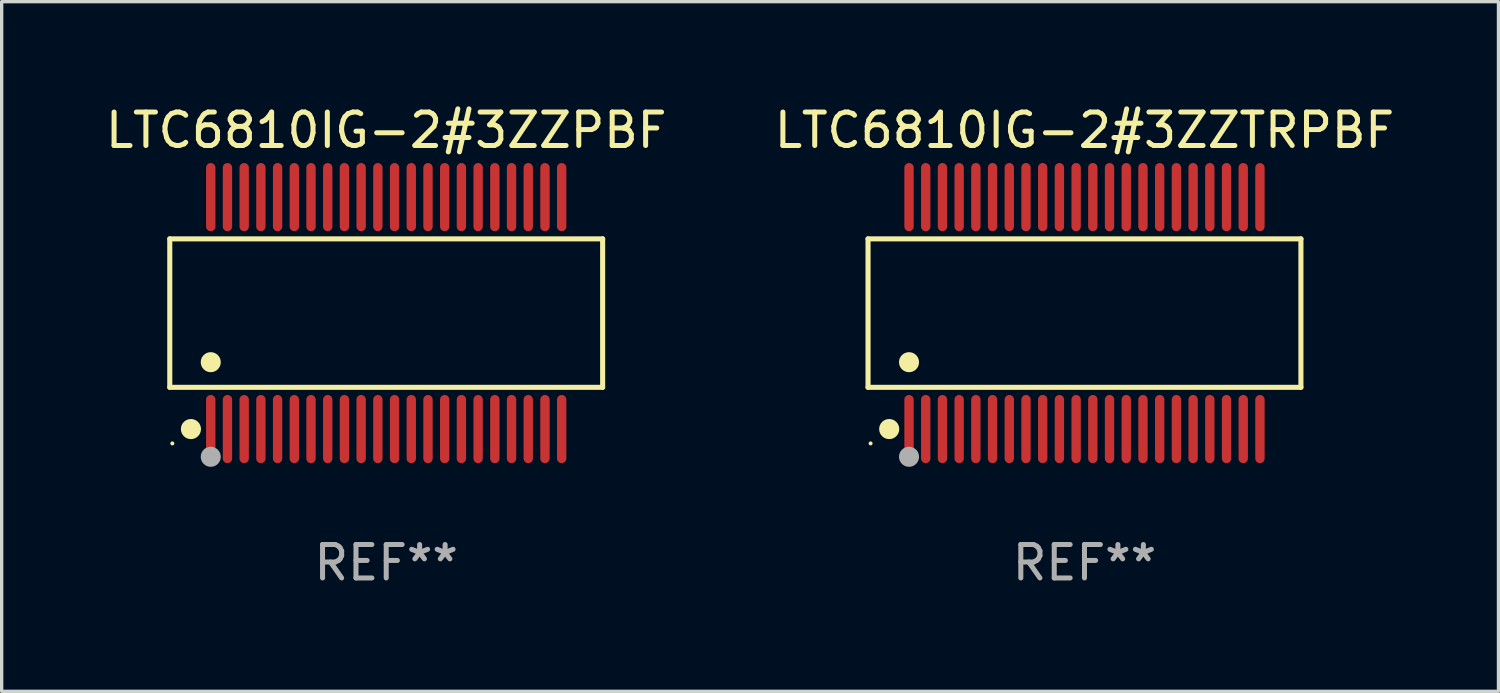
<source format=kicad_pcb>
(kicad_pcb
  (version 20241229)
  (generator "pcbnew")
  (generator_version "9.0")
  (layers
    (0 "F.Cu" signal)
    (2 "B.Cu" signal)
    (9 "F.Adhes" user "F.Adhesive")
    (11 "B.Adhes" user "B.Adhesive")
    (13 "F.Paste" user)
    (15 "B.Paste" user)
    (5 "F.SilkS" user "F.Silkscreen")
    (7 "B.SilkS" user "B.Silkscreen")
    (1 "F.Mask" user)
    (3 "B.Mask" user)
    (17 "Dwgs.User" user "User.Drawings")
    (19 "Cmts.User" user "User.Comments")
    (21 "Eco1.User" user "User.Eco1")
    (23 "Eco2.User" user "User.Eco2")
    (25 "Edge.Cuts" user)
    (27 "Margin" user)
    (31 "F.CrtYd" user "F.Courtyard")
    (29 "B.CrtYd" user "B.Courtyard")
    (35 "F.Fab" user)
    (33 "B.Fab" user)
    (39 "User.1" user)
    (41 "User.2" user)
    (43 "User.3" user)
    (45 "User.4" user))
  (footprint "LTC6810IG-2#3ZZTRPBF"
    (layer "F.Cu")
    (at 29.399 6.318)
    (property "Reference" "LTC6810IG-2#3ZZTRPBF" (at 0 -5.47 0) (layer "F.SilkS") (effects (font (size 1 1) (thickness 0.15))))
    (attr through_hole)
    (fp_line (start -6.476 -2.221) (end 6.476 -2.221) (stroke (width 0.152) (type solid)) (layer "F.SilkS"))
    (fp_line (start -6.476 2.221) (end -6.476 -2.221) (stroke (width 0.152) (type solid)) (layer "F.SilkS"))
    (fp_line (start 6.476 -2.221) (end 6.476 2.221) (stroke (width 0.152) (type solid)) (layer "F.SilkS"))
    (fp_line (start 6.476 2.221) (end -6.476 2.221) (stroke (width 0.152) (type solid)) (layer "F.SilkS"))
    (fp_circle (center -6.4 3.9) (end -6.37 3.9) (stroke (width 0.06) (type solid)) (fill no) (layer "F.SilkS"))
    (fp_circle (center -5.843 3.47) (end -5.692 3.47) (stroke (width 0.3) (type solid)) (fill no) (layer "F.SilkS"))
    (fp_circle (center -5.25 1.469) (end -5.1 1.469) (stroke (width 0.3) (type solid)) (fill no) (layer "F.SilkS"))
    (fp_circle (center -5.25 4.3) (end -5.1 4.3) (stroke (width 0.3) (type solid)) (fill no) (layer "F.Fab"))
    (fp_text user "REF**" (at 0 7.47 0) (layer "F.Fab") (effects (font (size 1 1) (thickness 0.15))))
    (pad "1" smd oval (at -5.25 3.47) (size 0.28 2.04) (layers "F.Cu" "F.Mask" "F.Paste"))
    (pad "2" smd oval (at -4.75 3.47) (size 0.28 2.04) (layers "F.Cu" "F.Mask" "F.Paste"))
    (pad "3" smd oval (at -4.25 3.47) (size 0.28 2.04) (layers "F.Cu" "F.Mask" "F.Paste"))
    (pad "4" smd oval (at -3.75 3.47) (size 0.28 2.04) (layers "F.Cu" "F.Mask" "F.Paste"))
    (pad "5" smd oval (at -3.25 3.47) (size 0.28 2.04) (layers "F.Cu" "F.Mask" "F.Paste"))
    (pad "6" smd oval (at -2.75 3.47) (size 0.28 2.04) (layers "F.Cu" "F.Mask" "F.Paste"))
    (pad "7" smd oval (at -2.25 3.47) (size 0.28 2.04) (layers "F.Cu" "F.Mask" "F.Paste"))
    (pad "8" smd oval (at -1.75 3.47) (size 0.28 2.04) (layers "F.Cu" "F.Mask" "F.Paste"))
    (pad "9" smd oval (at -1.25 3.47) (size 0.28 2.04) (layers "F.Cu" "F.Mask" "F.Paste"))
    (pad "10" smd oval (at -0.75 3.47) (size 0.28 2.04) (layers "F.Cu" "F.Mask" "F.Paste"))
    (pad "11" smd oval (at -0.25 3.47) (size 0.28 2.04) (layers "F.Cu" "F.Mask" "F.Paste"))
    (pad "12" smd oval (at 0.25 3.47) (size 0.28 2.04) (layers "F.Cu" "F.Mask" "F.Paste"))
    (pad "13" smd oval (at 0.75 3.47) (size 0.28 2.04) (layers "F.Cu" "F.Mask" "F.Paste"))
    (pad "14" smd oval (at 1.25 3.47) (size 0.28 2.04) (layers "F.Cu" "F.Mask" "F.Paste"))
    (pad "15" smd oval (at 1.75 3.47) (size 0.28 2.04) (layers "F.Cu" "F.Mask" "F.Paste"))
    (pad "16" smd oval (at 2.25 3.47) (size 0.28 2.04) (layers "F.Cu" "F.Mask" "F.Paste"))
    (pad "17" smd oval (at 2.75 3.47) (size 0.28 2.04) (layers "F.Cu" "F.Mask" "F.Paste"))
    (pad "18" smd oval (at 3.25 3.47) (size 0.28 2.04) (layers "F.Cu" "F.Mask" "F.Paste"))
    (pad "19" smd oval (at 3.75 3.47) (size 0.28 2.04) (layers "F.Cu" "F.Mask" "F.Paste"))
    (pad "20" smd oval (at 4.25 3.47) (size 0.28 2.04) (layers "F.Cu" "F.Mask" "F.Paste"))
    (pad "21" smd oval (at 4.75 3.47) (size 0.28 2.04) (layers "F.Cu" "F.Mask" "F.Paste"))
    (pad "22" smd oval (at 5.25 3.47) (size 0.28 2.04) (layers "F.Cu" "F.Mask" "F.Paste"))
    (pad "23" smd oval (at 5.25 -3.47) (size 0.28 2.04) (layers "F.Cu" "F.Mask" "F.Paste"))
    (pad "24" smd oval (at 4.75 -3.47) (size 0.28 2.04) (layers "F.Cu" "F.Mask" "F.Paste"))
    (pad "25" smd oval (at 4.25 -3.47) (size 0.28 2.04) (layers "F.Cu" "F.Mask" "F.Paste"))
    (pad "26" smd oval (at 3.75 -3.47) (size 0.28 2.04) (layers "F.Cu" "F.Mask" "F.Paste"))
    (pad "27" smd oval (at 3.25 -3.47) (size 0.28 2.04) (layers "F.Cu" "F.Mask" "F.Paste"))
    (pad "28" smd oval (at 2.75 -3.47) (size 0.28 2.04) (layers "F.Cu" "F.Mask" "F.Paste"))
    (pad "29" smd oval (at 2.25 -3.47) (size 0.28 2.04) (layers "F.Cu" "F.Mask" "F.Paste"))
    (pad "30" smd oval (at 1.75 -3.47) (size 0.28 2.04) (layers "F.Cu" "F.Mask" "F.Paste"))
    (pad "31" smd oval (at 1.25 -3.47) (size 0.28 2.04) (layers "F.Cu" "F.Mask" "F.Paste"))
    (pad "32" smd oval (at 0.75 -3.47) (size 0.28 2.04) (layers "F.Cu" "F.Mask" "F.Paste"))
    (pad "33" smd oval (at 0.25 -3.47) (size 0.28 2.04) (layers "F.Cu" "F.Mask" "F.Paste"))
    (pad "34" smd oval (at -0.25 -3.47) (size 0.28 2.04) (layers "F.Cu" "F.Mask" "F.Paste"))
    (pad "35" smd oval (at -0.75 -3.47) (size 0.28 2.04) (layers "F.Cu" "F.Mask" "F.Paste"))
    (pad "36" smd oval (at -1.25 -3.47) (size 0.28 2.04) (layers "F.Cu" "F.Mask" "F.Paste"))
    (pad "37" smd oval (at -1.75 -3.47) (size 0.28 2.04) (layers "F.Cu" "F.Mask" "F.Paste"))
    (pad "38" smd oval (at -2.25 -3.47) (size 0.28 2.04) (layers "F.Cu" "F.Mask" "F.Paste"))
    (pad "39" smd oval (at -2.75 -3.47) (size 0.28 2.04) (layers "F.Cu" "F.Mask" "F.Paste"))
    (pad "40" smd oval (at -3.25 -3.47) (size 0.28 2.04) (layers "F.Cu" "F.Mask" "F.Paste"))
    (pad "41" smd oval (at -3.75 -3.47) (size 0.28 2.04) (layers "F.Cu" "F.Mask" "F.Paste"))
    (pad "42" smd oval (at -4.25 -3.47) (size 0.28 2.04) (layers "F.Cu" "F.Mask" "F.Paste"))
    (pad "43" smd oval (at -4.75 -3.47) (size 0.28 2.04) (layers "F.Cu" "F.Mask" "F.Paste"))
    (pad "44" smd oval (at -5.25 -3.47) (size 0.28 2.04) (layers "F.Cu" "F.Mask" "F.Paste")))
  (footprint "LTC6810IG-2#3ZZPBF"
    (layer "F.Cu")
    (at 8.506 6.318)
    (property "Reference" "LTC6810IG-2#3ZZPBF" (at 0 -5.47 0) (layer "F.SilkS") (effects (font (size 1 1) (thickness 0.15))))
    (attr through_hole)
    (fp_line (start -6.476 -2.221) (end 6.476 -2.221) (stroke (width 0.152) (type solid)) (layer "F.SilkS"))
    (fp_line (start -6.476 2.221) (end -6.476 -2.221) (stroke (width 0.152) (type solid)) (layer "F.SilkS"))
    (fp_line (start 6.476 -2.221) (end 6.476 2.221) (stroke (width 0.152) (type solid)) (layer "F.SilkS"))
    (fp_line (start 6.476 2.221) (end -6.476 2.221) (stroke (width 0.152) (type solid)) (layer "F.SilkS"))
    (fp_circle (center -6.4 3.9) (end -6.37 3.9) (stroke (width 0.06) (type solid)) (fill no) (layer "F.SilkS"))
    (fp_circle (center -5.843 3.47) (end -5.692 3.47) (stroke (width 0.3) (type solid)) (fill no) (layer "F.SilkS"))
    (fp_circle (center -5.25 1.469) (end -5.1 1.469) (stroke (width 0.3) (type solid)) (fill no) (layer "F.SilkS"))
    (fp_circle (center -5.25 4.3) (end -5.1 4.3) (stroke (width 0.3) (type solid)) (fill no) (layer "F.Fab"))
    (fp_text user "REF**" (at 0 7.47 0) (layer "F.Fab") (effects (font (size 1 1) (thickness 0.15))))
    (pad "1" smd oval (at -5.25 3.47) (size 0.28 2.04) (layers "F.Cu" "F.Mask" "F.Paste"))
    (pad "2" smd oval (at -4.75 3.47) (size 0.28 2.04) (layers "F.Cu" "F.Mask" "F.Paste"))
    (pad "3" smd oval (at -4.25 3.47) (size 0.28 2.04) (layers "F.Cu" "F.Mask" "F.Paste"))
    (pad "4" smd oval (at -3.75 3.47) (size 0.28 2.04) (layers "F.Cu" "F.Mask" "F.Paste"))
    (pad "5" smd oval (at -3.25 3.47) (size 0.28 2.04) (layers "F.Cu" "F.Mask" "F.Paste"))
    (pad "6" smd oval (at -2.75 3.47) (size 0.28 2.04) (layers "F.Cu" "F.Mask" "F.Paste"))
    (pad "7" smd oval (at -2.25 3.47) (size 0.28 2.04) (layers "F.Cu" "F.Mask" "F.Paste"))
    (pad "8" smd oval (at -1.75 3.47) (size 0.28 2.04) (layers "F.Cu" "F.Mask" "F.Paste"))
    (pad "9" smd oval (at -1.25 3.47) (size 0.28 2.04) (layers "F.Cu" "F.Mask" "F.Paste"))
    (pad "10" smd oval (at -0.75 3.47) (size 0.28 2.04) (layers "F.Cu" "F.Mask" "F.Paste"))
    (pad "11" smd oval (at -0.25 3.47) (size 0.28 2.04) (layers "F.Cu" "F.Mask" "F.Paste"))
    (pad "12" smd oval (at 0.25 3.47) (size 0.28 2.04) (layers "F.Cu" "F.Mask" "F.Paste"))
    (pad "13" smd oval (at 0.75 3.47) (size 0.28 2.04) (layers "F.Cu" "F.Mask" "F.Paste"))
    (pad "14" smd oval (at 1.25 3.47) (size 0.28 2.04) (layers "F.Cu" "F.Mask" "F.Paste"))
    (pad "15" smd oval (at 1.75 3.47) (size 0.28 2.04) (layers "F.Cu" "F.Mask" "F.Paste"))
    (pad "16" smd oval (at 2.25 3.47) (size 0.28 2.04) (layers "F.Cu" "F.Mask" "F.Paste"))
    (pad "17" smd oval (at 2.75 3.47) (size 0.28 2.04) (layers "F.Cu" "F.Mask" "F.Paste"))
    (pad "18" smd oval (at 3.25 3.47) (size 0.28 2.04) (layers "F.Cu" "F.Mask" "F.Paste"))
    (pad "19" smd oval (at 3.75 3.47) (size 0.28 2.04) (layers "F.Cu" "F.Mask" "F.Paste"))
    (pad "20" smd oval (at 4.25 3.47) (size 0.28 2.04) (layers "F.Cu" "F.Mask" "F.Paste"))
    (pad "21" smd oval (at 4.75 3.47) (size 0.28 2.04) (layers "F.Cu" "F.Mask" "F.Paste"))
    (pad "22" smd oval (at 5.25 3.47) (size 0.28 2.04) (layers "F.Cu" "F.Mask" "F.Paste"))
    (pad "23" smd oval (at 5.25 -3.47) (size 0.28 2.04) (layers "F.Cu" "F.Mask" "F.Paste"))
    (pad "24" smd oval (at 4.75 -3.47) (size 0.28 2.04) (layers "F.Cu" "F.Mask" "F.Paste"))
    (pad "25" smd oval (at 4.25 -3.47) (size 0.28 2.04) (layers "F.Cu" "F.Mask" "F.Paste"))
    (pad "26" smd oval (at 3.75 -3.47) (size 0.28 2.04) (layers "F.Cu" "F.Mask" "F.Paste"))
    (pad "27" smd oval (at 3.25 -3.47) (size 0.28 2.04) (layers "F.Cu" "F.Mask" "F.Paste"))
    (pad "28" smd oval (at 2.75 -3.47) (size 0.28 2.04) (layers "F.Cu" "F.Mask" "F.Paste"))
    (pad "29" smd oval (at 2.25 -3.47) (size 0.28 2.04) (layers "F.Cu" "F.Mask" "F.Paste"))
    (pad "30" smd oval (at 1.75 -3.47) (size 0.28 2.04) (layers "F.Cu" "F.Mask" "F.Paste"))
    (pad "31" smd oval (at 1.25 -3.47) (size 0.28 2.04) (layers "F.Cu" "F.Mask" "F.Paste"))
    (pad "32" smd oval (at 0.75 -3.47) (size 0.28 2.04) (layers "F.Cu" "F.Mask" "F.Paste"))
    (pad "33" smd oval (at 0.25 -3.47) (size 0.28 2.04) (layers "F.Cu" "F.Mask" "F.Paste"))
    (pad "34" smd oval (at -0.25 -3.47) (size 0.28 2.04) (layers "F.Cu" "F.Mask" "F.Paste"))
    (pad "35" smd oval (at -0.75 -3.47) (size 0.28 2.04) (layers "F.Cu" "F.Mask" "F.Paste"))
    (pad "36" smd oval (at -1.25 -3.47) (size 0.28 2.04) (layers "F.Cu" "F.Mask" "F.Paste"))
    (pad "37" smd oval (at -1.75 -3.47) (size 0.28 2.04) (layers "F.Cu" "F.Mask" "F.Paste"))
    (pad "38" smd oval (at -2.25 -3.47) (size 0.28 2.04) (layers "F.Cu" "F.Mask" "F.Paste"))
    (pad "39" smd oval (at -2.75 -3.47) (size 0.28 2.04) (layers "F.Cu" "F.Mask" "F.Paste"))
    (pad "40" smd oval (at -3.25 -3.47) (size 0.28 2.04) (layers "F.Cu" "F.Mask" "F.Paste"))
    (pad "41" smd oval (at -3.75 -3.47) (size 0.28 2.04) (layers "F.Cu" "F.Mask" "F.Paste"))
    (pad "42" smd oval (at -4.25 -3.47) (size 0.28 2.04) (layers "F.Cu" "F.Mask" "F.Paste"))
    (pad "43" smd oval (at -4.75 -3.47) (size 0.28 2.04) (layers "F.Cu" "F.Mask" "F.Paste"))
    (pad "44" smd oval (at -5.25 -3.47) (size 0.28 2.04) (layers "F.Cu" "F.Mask" "F.Paste")))
  (gr_rect
    (start -3 -3)
    (end 41.786 17.636)
    (stroke (width 0.1) (type default))
    (fill no)
    (layer "Edge.Cuts")))
</source>
